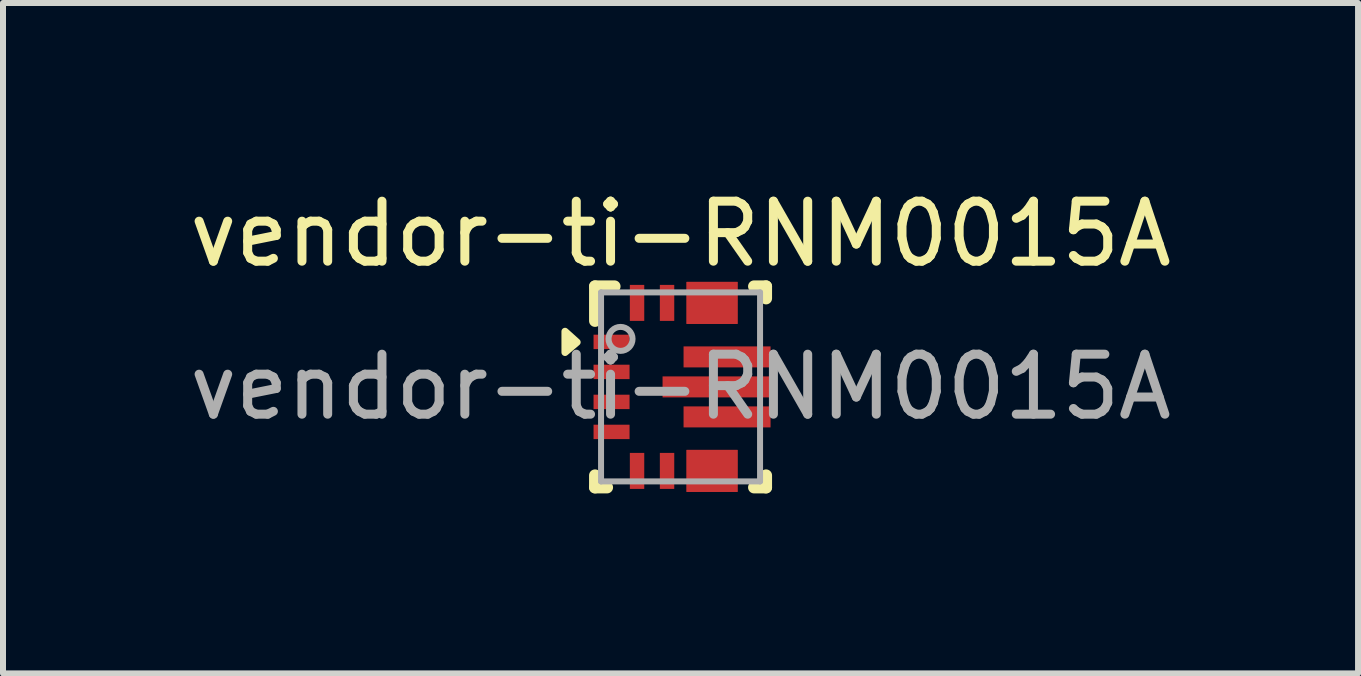
<source format=kicad_pcb>
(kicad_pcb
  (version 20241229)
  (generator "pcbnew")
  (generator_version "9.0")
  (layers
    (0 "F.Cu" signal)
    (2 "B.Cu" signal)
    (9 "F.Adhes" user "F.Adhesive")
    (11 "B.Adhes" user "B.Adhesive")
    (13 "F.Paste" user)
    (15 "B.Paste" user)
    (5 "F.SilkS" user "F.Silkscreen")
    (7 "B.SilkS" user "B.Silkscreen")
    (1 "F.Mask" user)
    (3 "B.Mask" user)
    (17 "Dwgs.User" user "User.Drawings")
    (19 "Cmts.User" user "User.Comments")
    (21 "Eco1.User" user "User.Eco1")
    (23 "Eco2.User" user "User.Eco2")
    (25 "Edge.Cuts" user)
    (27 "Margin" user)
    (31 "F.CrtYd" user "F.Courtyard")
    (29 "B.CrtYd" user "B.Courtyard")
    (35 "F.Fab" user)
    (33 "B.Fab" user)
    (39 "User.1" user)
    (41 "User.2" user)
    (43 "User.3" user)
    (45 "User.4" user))
  (footprint "vendor-ti-RNM0015A"
    (layer "F.Cu")
    (at 8.292 3.398)
    (property "Reference" "vendor-ti-RNM0015A" (at 0 -2.55 0) (unlocked yes) (layer "F.SilkS") (effects (font (size 1 1) (thickness 0.15))))
    (attr smd)
    (fp_poly (pts (xy 0.15 -1.15) (xy 0.15 -1.3) (xy 0.151 -1.31) (xy 0.154 -1.319) (xy 0.158 -1.328) (xy 0.165 -1.335) (xy 0.172 -1.342) (xy 0.181 -1.346) (xy 0.19 -1.349) (xy 0.2 -1.35) (xy 0.85 -1.35) (xy 0.86 -1.349) (xy 0.869 -1.346) (xy 0.878 -1.342) (xy 0.885 -1.335) (xy 0.892 -1.328) (xy 0.896 -1.319) (xy 0.899 -1.31) (xy 0.9 -1.3) (xy 0.9 -1.15) (xy 0.899 -1.14) (xy 0.896 -1.131) (xy 0.892 -1.122) (xy 0.885 -1.115) (xy 0.878 -1.108) (xy 0.869 -1.104) (xy 0.86 -1.101) (xy 0.85 -1.1) (xy 0.2 -1.1) (xy 0.19 -1.101) (xy 0.181 -1.104) (xy 0.172 -1.108) (xy 0.165 -1.115) (xy 0.158 -1.122) (xy 0.154 -1.131) (xy 0.151 -1.14)) (stroke (width 0) (type solid)) (fill yes) (layer "F.Mask"))
    (fp_poly (pts (xy 0.15 1.3) (xy 0.15 1.15) (xy 0.151 1.14) (xy 0.154 1.131) (xy 0.158 1.122) (xy 0.165 1.115) (xy 0.172 1.108) (xy 0.181 1.104) (xy 0.19 1.101) (xy 0.2 1.1) (xy 0.85 1.1) (xy 0.86 1.101) (xy 0.869 1.104) (xy 0.878 1.108) (xy 0.885 1.115) (xy 0.892 1.122) (xy 0.896 1.131) (xy 0.899 1.14) (xy 0.9 1.15) (xy 0.9 1.3) (xy 0.899 1.31) (xy 0.896 1.319) (xy 0.892 1.328) (xy 0.885 1.335) (xy 0.878 1.342) (xy 0.869 1.346) (xy 0.86 1.349) (xy 0.85 1.35) (xy 0.2 1.35) (xy 0.19 1.349) (xy 0.181 1.346) (xy 0.172 1.342) (xy 0.165 1.335) (xy 0.158 1.328) (xy 0.154 1.319) (xy 0.151 1.31)) (stroke (width 0) (type solid)) (fill yes) (layer "F.Mask"))
    (fp_poly (pts (xy 0.2 1.1) (xy 0.35 1.1) (xy 0.36 1.101) (xy 0.369 1.104) (xy 0.378 1.108) (xy 0.385 1.115) (xy 0.392 1.122) (xy 0.396 1.131) (xy 0.399 1.14) (xy 0.4 1.15) (xy 0.4 1.65) (xy 0.399 1.66) (xy 0.396 1.669) (xy 0.392 1.678) (xy 0.385 1.685) (xy 0.378 1.692) (xy 0.369 1.696) (xy 0.36 1.699) (xy 0.35 1.7) (xy 0.2 1.7) (xy 0.19 1.699) (xy 0.181 1.696) (xy 0.172 1.692) (xy 0.165 1.685) (xy 0.158 1.678) (xy 0.154 1.669) (xy 0.151 1.66) (xy 0.15 1.65) (xy 0.15 1.15) (xy 0.151 1.14) (xy 0.154 1.131) (xy 0.158 1.122) (xy 0.165 1.115) (xy 0.172 1.108) (xy 0.181 1.104) (xy 0.19 1.101)) (stroke (width 0) (type solid)) (fill yes) (layer "F.Mask"))
    (fp_poly (pts (xy 0.35 -1.1) (xy 0.2 -1.1) (xy 0.19 -1.101) (xy 0.181 -1.104) (xy 0.172 -1.108) (xy 0.165 -1.115) (xy 0.158 -1.122) (xy 0.154 -1.131) (xy 0.151 -1.14) (xy 0.15 -1.15) (xy 0.15 -1.65) (xy 0.151 -1.66) (xy 0.154 -1.669) (xy 0.158 -1.678) (xy 0.165 -1.685) (xy 0.172 -1.692) (xy 0.181 -1.696) (xy 0.19 -1.699) (xy 0.2 -1.7) (xy 0.35 -1.7) (xy 0.36 -1.699) (xy 0.369 -1.696) (xy 0.378 -1.692) (xy 0.385 -1.685) (xy 0.392 -1.678) (xy 0.396 -1.669) (xy 0.399 -1.66) (xy 0.4 -1.65) (xy 0.4 -1.15) (xy 0.399 -1.14) (xy 0.396 -1.131) (xy 0.392 -1.122) (xy 0.385 -1.115) (xy 0.378 -1.108) (xy 0.369 -1.104) (xy 0.36 -1.101)) (stroke (width 0) (type solid)) (fill yes) (layer "F.Mask"))
    (fp_poly (pts (xy 0.7 1.1) (xy 0.85 1.1) (xy 0.86 1.101) (xy 0.869 1.104) (xy 0.878 1.108) (xy 0.885 1.115) (xy 0.892 1.122) (xy 0.896 1.131) (xy 0.899 1.14) (xy 0.9 1.15) (xy 0.9 1.65) (xy 0.899 1.66) (xy 0.896 1.669) (xy 0.892 1.678) (xy 0.885 1.685) (xy 0.878 1.692) (xy 0.869 1.696) (xy 0.86 1.699) (xy 0.85 1.7) (xy 0.7 1.7) (xy 0.69 1.699) (xy 0.681 1.696) (xy 0.672 1.692) (xy 0.665 1.685) (xy 0.658 1.678) (xy 0.654 1.669) (xy 0.651 1.66) (xy 0.65 1.65) (xy 0.65 1.15) (xy 0.651 1.14) (xy 0.654 1.131) (xy 0.658 1.122) (xy 0.665 1.115) (xy 0.672 1.108) (xy 0.681 1.104) (xy 0.69 1.101)) (stroke (width 0) (type solid)) (fill yes) (layer "F.Mask"))
    (fp_poly (pts (xy 0.85 -1.1) (xy 0.7 -1.1) (xy 0.69 -1.101) (xy 0.681 -1.104) (xy 0.672 -1.108) (xy 0.665 -1.115) (xy 0.658 -1.122) (xy 0.654 -1.131) (xy 0.651 -1.14) (xy 0.65 -1.15) (xy 0.65 -1.65) (xy 0.651 -1.66) (xy 0.654 -1.669) (xy 0.658 -1.678) (xy 0.665 -1.685) (xy 0.672 -1.692) (xy 0.681 -1.696) (xy 0.69 -1.699) (xy 0.7 -1.7) (xy 0.85 -1.7) (xy 0.86 -1.699) (xy 0.869 -1.696) (xy 0.878 -1.692) (xy 0.885 -1.685) (xy 0.892 -1.678) (xy 0.896 -1.669) (xy 0.899 -1.66) (xy 0.9 -1.65) (xy 0.9 -1.15) (xy 0.899 -1.14) (xy 0.896 -1.131) (xy 0.892 -1.122) (xy 0.885 -1.115) (xy 0.878 -1.108) (xy 0.869 -1.104) (xy 0.86 -1.101)) (stroke (width 0) (type solid)) (fill yes) (layer "F.Mask"))
    (fp_line (start -1.425 -1.675) (end -1.1 -1.675) (stroke (width 0.2) (type solid)) (layer "F.SilkS"))
    (fp_line (start -1.425 -1.1) (end -1.425 -1.675) (stroke (width 0.2) (type solid)) (layer "F.SilkS"))
    (fp_line (start -1.425 1.675) (end -1.425 1.475) (stroke (width 0.2) (type solid)) (layer "F.SilkS"))
    (fp_line (start -1.425 1.675) (end -1.225 1.675) (stroke (width 0.2) (type solid)) (layer "F.SilkS"))
    (fp_line (start 1.225 -1.675) (end 1.425 -1.675) (stroke (width 0.2) (type solid)) (layer "F.SilkS"))
    (fp_line (start 1.225 1.675) (end 1.425 1.675) (stroke (width 0.2) (type solid)) (layer "F.SilkS"))
    (fp_line (start 1.425 -1.475) (end 1.425 -1.675) (stroke (width 0.2) (type solid)) (layer "F.SilkS"))
    (fp_line (start 1.425 1.675) (end 1.425 1.475) (stroke (width 0.2) (type solid)) (layer "F.SilkS"))
    (fp_poly (pts (xy -1.725 -0.745) (xy -1.925 -0.575) (xy -1.925 -0.925) (xy -1.725 -0.745)) (stroke (width 0.12) (type solid)) (fill yes) (layer "F.SilkS"))
    (fp_poly (pts (xy -0.22 0.075) (xy -0.22 -0.075) (xy -0.219 -0.085) (xy -0.216 -0.094) (xy -0.212 -0.103) (xy -0.205 -0.11) (xy -0.198 -0.117) (xy -0.189 -0.121) (xy -0.18 -0.124) (xy -0.17 -0.125) (xy 0.45 -0.125) (xy 0.46 -0.124) (xy 0.469 -0.121) (xy 0.478 -0.117) (xy 0.485 -0.11) (xy 0.492 -0.103) (xy 0.496 -0.094) (xy 0.499 -0.085) (xy 0.5 -0.075) (xy 0.5 0.075) (xy 0.499 0.085) (xy 0.496 0.094) (xy 0.492 0.103) (xy 0.485 0.11) (xy 0.478 0.117) (xy 0.469 0.121) (xy 0.46 0.124) (xy 0.45 0.125) (xy -0.17 0.125) (xy -0.18 0.124) (xy -0.189 0.121) (xy -0.198 0.117) (xy -0.205 0.11) (xy -0.212 0.103) (xy -0.216 0.094) (xy -0.219 0.085)) (stroke (width 0) (type solid)) (fill yes) (layer "F.Paste"))
    (fp_poly (pts (xy 0.101 -0.425) (xy 0.101 -0.575) (xy 0.101 -0.585) (xy 0.104 -0.594) (xy 0.109 -0.603) (xy 0.115 -0.61) (xy 0.123 -0.617) (xy 0.131 -0.621) (xy 0.141 -0.624) (xy 0.15 -0.625) (xy 0.625 -0.625) (xy 0.635 -0.624) (xy 0.645 -0.621) (xy 0.653 -0.617) (xy 0.661 -0.61) (xy 0.667 -0.603) (xy 0.672 -0.594) (xy 0.675 -0.585) (xy 0.675 -0.575) (xy 0.675 -0.425) (xy 0.675 -0.415) (xy 0.672 -0.406) (xy 0.667 -0.397) (xy 0.661 -0.39) (xy 0.653 -0.383) (xy 0.645 -0.379) (xy 0.635 -0.376) (xy 0.625 -0.375) (xy 0.15 -0.375) (xy 0.141 -0.376) (xy 0.131 -0.379) (xy 0.123 -0.383) (xy 0.115 -0.39) (xy 0.109 -0.397) (xy 0.104 -0.406) (xy 0.101 -0.415)) (stroke (width 0) (type solid)) (fill yes) (layer "F.Paste"))
    (fp_poly (pts (xy 0.101 0.575) (xy 0.101 0.425) (xy 0.101 0.415) (xy 0.104 0.406) (xy 0.109 0.397) (xy 0.115 0.39) (xy 0.123 0.383) (xy 0.131 0.379) (xy 0.141 0.376) (xy 0.15 0.375) (xy 0.625 0.375) (xy 0.635 0.376) (xy 0.645 0.379) (xy 0.653 0.383) (xy 0.661 0.39) (xy 0.667 0.397) (xy 0.672 0.406) (xy 0.675 0.415) (xy 0.675 0.425) (xy 0.675 0.575) (xy 0.675 0.585) (xy 0.672 0.594) (xy 0.667 0.603) (xy 0.661 0.61) (xy 0.653 0.617) (xy 0.645 0.621) (xy 0.635 0.624) (xy 0.625 0.625) (xy 0.15 0.625) (xy 0.141 0.624) (xy 0.131 0.621) (xy 0.123 0.617) (xy 0.115 0.61) (xy 0.109 0.603) (xy 0.104 0.594) (xy 0.101 0.585)) (stroke (width 0) (type solid)) (fill yes) (layer "F.Paste"))
    (fp_poly (pts (xy 0.15 -1.15) (xy 0.15 -1.3) (xy 0.151 -1.31) (xy 0.154 -1.319) (xy 0.158 -1.328) (xy 0.165 -1.335) (xy 0.172 -1.342) (xy 0.181 -1.346) (xy 0.19 -1.349) (xy 0.2 -1.35) (xy 0.85 -1.35) (xy 0.86 -1.349) (xy 0.869 -1.346) (xy 0.878 -1.342) (xy 0.885 -1.335) (xy 0.892 -1.328) (xy 0.896 -1.319) (xy 0.899 -1.31) (xy 0.9 -1.3) (xy 0.9 -1.15) (xy 0.899 -1.14) (xy 0.896 -1.131) (xy 0.892 -1.122) (xy 0.885 -1.115) (xy 0.878 -1.108) (xy 0.869 -1.104) (xy 0.86 -1.101) (xy 0.85 -1.1) (xy 0.2 -1.1) (xy 0.19 -1.101) (xy 0.181 -1.104) (xy 0.172 -1.108) (xy 0.165 -1.115) (xy 0.158 -1.122) (xy 0.154 -1.131) (xy 0.151 -1.14)) (stroke (width 0) (type solid)) (fill yes) (layer "F.Paste"))
    (fp_poly (pts (xy 0.15 1.3) (xy 0.15 1.15) (xy 0.151 1.14) (xy 0.154 1.131) (xy 0.158 1.122) (xy 0.165 1.115) (xy 0.172 1.108) (xy 0.181 1.104) (xy 0.19 1.101) (xy 0.2 1.1) (xy 0.85 1.1) (xy 0.86 1.101) (xy 0.869 1.104) (xy 0.878 1.108) (xy 0.885 1.115) (xy 0.892 1.122) (xy 0.896 1.131) (xy 0.899 1.14) (xy 0.9 1.15) (xy 0.9 1.3) (xy 0.899 1.31) (xy 0.896 1.319) (xy 0.892 1.328) (xy 0.885 1.335) (xy 0.878 1.342) (xy 0.869 1.346) (xy 0.86 1.349) (xy 0.85 1.35) (xy 0.2 1.35) (xy 0.19 1.349) (xy 0.181 1.346) (xy 0.172 1.342) (xy 0.165 1.335) (xy 0.158 1.328) (xy 0.154 1.319) (xy 0.151 1.31)) (stroke (width 0) (type solid)) (fill yes) (layer "F.Paste"))
    (fp_poly (pts (xy 0.2 1.1) (xy 0.35 1.1) (xy 0.36 1.101) (xy 0.369 1.104) (xy 0.378 1.108) (xy 0.385 1.115) (xy 0.392 1.122) (xy 0.396 1.131) (xy 0.399 1.14) (xy 0.4 1.15) (xy 0.4 1.65) (xy 0.399 1.66) (xy 0.396 1.669) (xy 0.392 1.678) (xy 0.385 1.685) (xy 0.378 1.692) (xy 0.369 1.696) (xy 0.36 1.699) (xy 0.35 1.7) (xy 0.2 1.7) (xy 0.19 1.699) (xy 0.181 1.696) (xy 0.172 1.692) (xy 0.165 1.685) (xy 0.158 1.678) (xy 0.154 1.669) (xy 0.151 1.66) (xy 0.15 1.65) (xy 0.15 1.15) (xy 0.151 1.14) (xy 0.154 1.131) (xy 0.158 1.122) (xy 0.165 1.115) (xy 0.172 1.108) (xy 0.181 1.104) (xy 0.19 1.101)) (stroke (width 0) (type solid)) (fill yes) (layer "F.Paste"))
    (fp_poly (pts (xy 0.35 -1.1) (xy 0.2 -1.1) (xy 0.19 -1.101) (xy 0.181 -1.104) (xy 0.172 -1.108) (xy 0.165 -1.115) (xy 0.158 -1.122) (xy 0.154 -1.131) (xy 0.151 -1.14) (xy 0.15 -1.15) (xy 0.15 -1.65) (xy 0.151 -1.66) (xy 0.154 -1.669) (xy 0.158 -1.678) (xy 0.165 -1.685) (xy 0.172 -1.692) (xy 0.181 -1.696) (xy 0.19 -1.699) (xy 0.2 -1.7) (xy 0.35 -1.7) (xy 0.36 -1.699) (xy 0.369 -1.696) (xy 0.378 -1.692) (xy 0.385 -1.685) (xy 0.392 -1.678) (xy 0.396 -1.669) (xy 0.399 -1.66) (xy 0.4 -1.65) (xy 0.4 -1.15) (xy 0.399 -1.14) (xy 0.396 -1.131) (xy 0.392 -1.122) (xy 0.385 -1.115) (xy 0.378 -1.108) (xy 0.369 -1.104) (xy 0.36 -1.101)) (stroke (width 0) (type solid)) (fill yes) (layer "F.Paste"))
    (fp_poly (pts (xy 0.7 0.075) (xy 0.7 -0.075) (xy 0.701 -0.085) (xy 0.704 -0.094) (xy 0.708 -0.103) (xy 0.715 -0.11) (xy 0.722 -0.117) (xy 0.731 -0.121) (xy 0.74 -0.124) (xy 0.75 -0.125) (xy 1.37 -0.125) (xy 1.38 -0.124) (xy 1.389 -0.121) (xy 1.398 -0.117) (xy 1.405 -0.11) (xy 1.412 -0.103) (xy 1.416 -0.094) (xy 1.419 -0.085) (xy 1.42 -0.075) (xy 1.42 0.075) (xy 1.419 0.085) (xy 1.416 0.094) (xy 1.412 0.103) (xy 1.405 0.11) (xy 1.398 0.117) (xy 1.389 0.121) (xy 1.38 0.124) (xy 1.37 0.125) (xy 0.75 0.125) (xy 0.74 0.124) (xy 0.731 0.121) (xy 0.722 0.117) (xy 0.715 0.11) (xy 0.708 0.103) (xy 0.704 0.094) (xy 0.701 0.085)) (stroke (width 0) (type solid)) (fill yes) (layer "F.Paste"))
    (fp_poly (pts (xy 0.7 1.1) (xy 0.85 1.1) (xy 0.86 1.101) (xy 0.869 1.104) (xy 0.878 1.108) (xy 0.885 1.115) (xy 0.892 1.122) (xy 0.896 1.131) (xy 0.899 1.14) (xy 0.9 1.15) (xy 0.9 1.65) (xy 0.899 1.66) (xy 0.896 1.669) (xy 0.892 1.678) (xy 0.885 1.685) (xy 0.878 1.692) (xy 0.869 1.696) (xy 0.86 1.699) (xy 0.85 1.7) (xy 0.7 1.7) (xy 0.69 1.699) (xy 0.681 1.696) (xy 0.672 1.692) (xy 0.665 1.685) (xy 0.658 1.678) (xy 0.654 1.669) (xy 0.651 1.66) (xy 0.65 1.65) (xy 0.65 1.15) (xy 0.651 1.14) (xy 0.654 1.131) (xy 0.658 1.122) (xy 0.665 1.115) (xy 0.672 1.108) (xy 0.681 1.104) (xy 0.69 1.101)) (stroke (width 0) (type solid)) (fill yes) (layer "F.Paste"))
    (fp_poly (pts (xy 0.85 -1.1) (xy 0.7 -1.1) (xy 0.69 -1.101) (xy 0.681 -1.104) (xy 0.672 -1.108) (xy 0.665 -1.115) (xy 0.658 -1.122) (xy 0.654 -1.131) (xy 0.651 -1.14) (xy 0.65 -1.15) (xy 0.65 -1.65) (xy 0.651 -1.66) (xy 0.654 -1.669) (xy 0.658 -1.678) (xy 0.665 -1.685) (xy 0.672 -1.692) (xy 0.681 -1.696) (xy 0.69 -1.699) (xy 0.7 -1.7) (xy 0.85 -1.7) (xy 0.86 -1.699) (xy 0.869 -1.696) (xy 0.878 -1.692) (xy 0.885 -1.685) (xy 0.892 -1.678) (xy 0.896 -1.669) (xy 0.899 -1.66) (xy 0.9 -1.65) (xy 0.9 -1.15) (xy 0.899 -1.14) (xy 0.896 -1.131) (xy 0.892 -1.122) (xy 0.885 -1.115) (xy 0.878 -1.108) (xy 0.869 -1.104) (xy 0.86 -1.101)) (stroke (width 0) (type solid)) (fill yes) (layer "F.Paste"))
    (fp_poly (pts (xy 0.875 -0.425) (xy 0.875 -0.575) (xy 0.876 -0.585) (xy 0.879 -0.594) (xy 0.884 -0.603) (xy 0.89 -0.61) (xy 0.898 -0.617) (xy 0.906 -0.621) (xy 0.916 -0.624) (xy 0.925 -0.625) (xy 1.401 -0.625) (xy 1.41 -0.624) (xy 1.42 -0.621) (xy 1.428 -0.617) (xy 1.436 -0.61) (xy 1.442 -0.603) (xy 1.447 -0.594) (xy 1.45 -0.585) (xy 1.45 -0.575) (xy 1.45 -0.425) (xy 1.45 -0.415) (xy 1.447 -0.406) (xy 1.442 -0.397) (xy 1.436 -0.39) (xy 1.428 -0.383) (xy 1.42 -0.379) (xy 1.41 -0.376) (xy 1.401 -0.375) (xy 0.925 -0.375) (xy 0.916 -0.376) (xy 0.906 -0.379) (xy 0.898 -0.383) (xy 0.89 -0.39) (xy 0.884 -0.397) (xy 0.879 -0.406) (xy 0.876 -0.415)) (stroke (width 0) (type solid)) (fill yes) (layer "F.Paste"))
    (fp_poly (pts (xy 0.875 0.575) (xy 0.875 0.425) (xy 0.876 0.415) (xy 0.879 0.406) (xy 0.884 0.397) (xy 0.89 0.39) (xy 0.898 0.383) (xy 0.906 0.379) (xy 0.916 0.376) (xy 0.925 0.375) (xy 1.401 0.375) (xy 1.41 0.376) (xy 1.42 0.379) (xy 1.428 0.383) (xy 1.436 0.39) (xy 1.442 0.397) (xy 1.447 0.406) (xy 1.45 0.415) (xy 1.45 0.425) (xy 1.45 0.575) (xy 1.45 0.585) (xy 1.447 0.594) (xy 1.442 0.603) (xy 1.436 0.61) (xy 1.428 0.617) (xy 1.42 0.621) (xy 1.41 0.624) (xy 1.401 0.625) (xy 0.925 0.625) (xy 0.916 0.624) (xy 0.906 0.621) (xy 0.898 0.617) (xy 0.89 0.61) (xy 0.884 0.603) (xy 0.879 0.594) (xy 0.876 0.585)) (stroke (width 0) (type solid)) (fill yes) (layer "F.Paste"))
    (fp_line (start -1.325 -1.575) (end 1.325 -1.575) (stroke (width 0.1) (type solid)) (layer "F.Fab"))
    (fp_line (start -1.325 1.575) (end -1.325 -1.575) (stroke (width 0.1) (type solid)) (layer "F.Fab"))
    (fp_line (start -1.325 1.575) (end 1.325 1.575) (stroke (width 0.1) (type solid)) (layer "F.Fab"))
    (fp_line (start 1.325 1.575) (end 1.325 -1.575) (stroke (width 0.1) (type solid)) (layer "F.Fab"))
    (fp_circle (center -1 -0.8) (end -0.8 -0.8) (stroke (width 0.1) (type solid)) (fill no) (layer "F.Fab"))
    (fp_text user "${REFERENCE}" (at 0 0 0) (unlocked yes) (layer "F.Fab") (effects (font (size 1 1) (thickness 0.15))))
    (pad "1" smd rect (at -1.15 -0.75 90) (size 0.24 0.6) (layers "F.Cu" "F.Mask" "F.Paste"))
    (pad "2" smd rect (at -1.15 -0.25 90) (size 0.24 0.6) (layers "F.Cu" "F.Mask" "F.Paste"))
    (pad "3" smd rect (at -1.15 0.25 90) (size 0.24 0.6) (layers "F.Cu" "F.Mask" "F.Paste"))
    (pad "4" smd rect (at -1.15 0.75 90) (size 0.24 0.6) (layers "F.Cu" "F.Mask" "F.Paste"))
    (pad "5" smd rect (at -0.725 1.4) (size 0.24 0.6) (layers "F.Cu" "F.Mask" "F.Paste"))
    (pad "6" smd rect (at -0.225 1.4) (size 0.24 0.6) (layers "F.Cu" "F.Mask" "F.Paste"))
    (pad "7" smd rect (at 0.525 1.4 90) (size 0.7 0.85) (layers "F.Cu" "F.Mask" "F.Paste"))
    (pad "8" smd rect (at 0.525 1.4 90) (size 0.7 0.85) (layers "F.Cu" "F.Mask" "F.Paste"))
    (pad "9" smd rect (at 0.775 0.5 90) (size 0.35 1.45) (layers "F.Cu" "F.Mask"))
    (pad "10" smd rect (at 0.6 0 90) (size 0.35 1.8) (layers "F.Cu" "F.Mask"))
    (pad "11" smd rect (at 0.775 -0.5 90) (size 0.35 1.45) (layers "F.Cu" "F.Mask"))
    (pad "12" smd rect (at 0.525 -1.4 90) (size 0.7 0.85) (layers "F.Cu" "F.Mask" "F.Paste"))
    (pad "13" smd rect (at 0.525 -1.4 90) (size 0.7 0.85) (layers "F.Cu" "F.Mask" "F.Paste"))
    (pad "14" smd rect (at -0.225 -1.4) (size 0.24 0.6) (layers "F.Cu" "F.Mask" "F.Paste"))
    (pad "15" smd rect (at -0.725 -1.4) (size 0.24 0.6) (layers "F.Cu" "F.Mask" "F.Paste")))
  (gr_rect
    (start -3 -3)
    (end 19.583 8.173)
    (stroke (width 0.1) (type default))
    (fill no)
    (layer "Edge.Cuts")))
</source>
